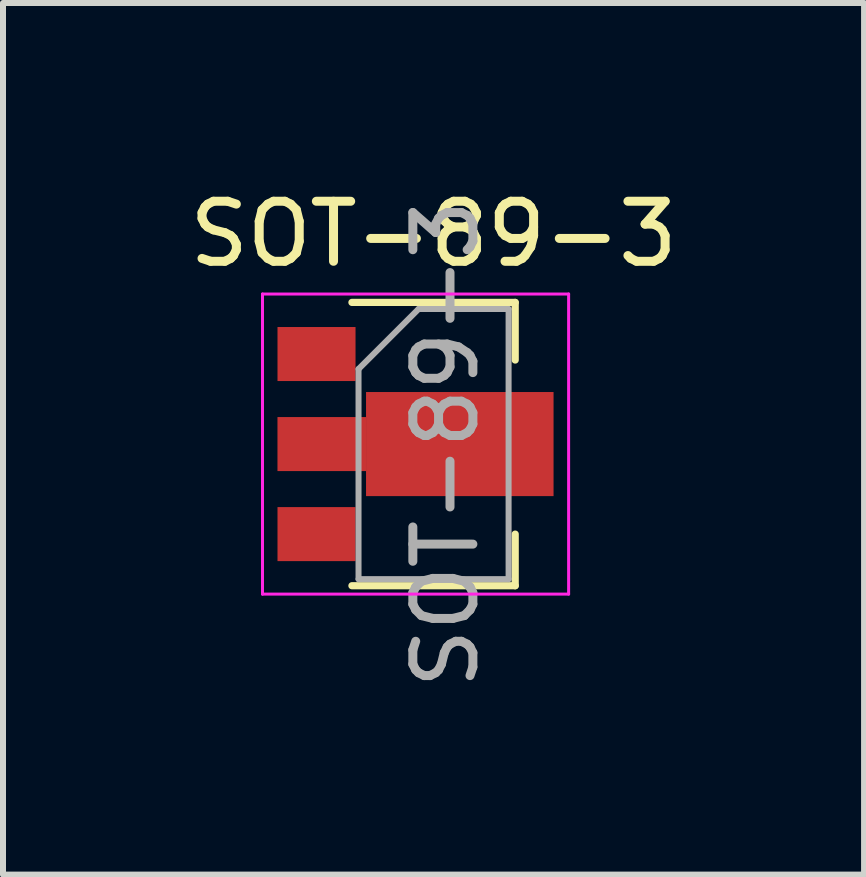
<source format=kicad_pcb>
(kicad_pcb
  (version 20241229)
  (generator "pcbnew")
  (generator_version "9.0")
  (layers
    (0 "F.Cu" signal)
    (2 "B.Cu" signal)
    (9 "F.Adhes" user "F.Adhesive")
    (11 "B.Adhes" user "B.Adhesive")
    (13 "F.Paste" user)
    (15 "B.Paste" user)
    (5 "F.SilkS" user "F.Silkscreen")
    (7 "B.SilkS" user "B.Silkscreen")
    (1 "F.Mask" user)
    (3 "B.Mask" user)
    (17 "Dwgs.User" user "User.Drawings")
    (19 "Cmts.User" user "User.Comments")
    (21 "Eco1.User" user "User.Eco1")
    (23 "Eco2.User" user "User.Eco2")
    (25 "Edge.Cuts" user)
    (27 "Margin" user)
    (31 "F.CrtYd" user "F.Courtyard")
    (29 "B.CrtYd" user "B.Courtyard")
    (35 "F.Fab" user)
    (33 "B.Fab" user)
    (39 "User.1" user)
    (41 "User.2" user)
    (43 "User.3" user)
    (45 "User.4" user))
  (footprint "SOT-89-3"
    (layer "F.Cu")
    (at 4.173 4.348)
    (property "Reference" "SOT-89-3" (at 0 -3.5 0) (layer "F.SilkS") (effects (font (size 1 1) (thickness 0.15))))
    (attr smd)
    (fp_line (start -1.36 -2.36) (end 1.36 -2.36) (stroke (width 0.12) (type solid)) (layer "F.SilkS"))
    (fp_line (start 1.36 -2.36) (end 1.36 -1.4) (stroke (width 0.12) (type solid)) (layer "F.SilkS"))
    (fp_line (start 1.36 1.5) (end 1.36 2.36) (stroke (width 0.12) (type solid)) (layer "F.SilkS"))
    (fp_line (start 1.36 2.36) (end -1.36 2.36) (stroke (width 0.12) (type solid)) (layer "F.SilkS"))
    (fp_line (start -2.85 2.5) (end -2.85 -2.5) (stroke (width 0.05) (type solid)) (layer "F.CrtYd"))
    (fp_line (start -2.85 2.5) (end 2.25 2.5) (stroke (width 0.05) (type solid)) (layer "F.CrtYd"))
    (fp_line (start 2.25 -2.5) (end -2.85 -2.5) (stroke (width 0.05) (type solid)) (layer "F.CrtYd"))
    (fp_line (start 2.25 -2.5) (end 2.25 2.5) (stroke (width 0.05) (type solid)) (layer "F.CrtYd"))
    (fp_line (start -1.25 -1.25) (end -0.25 -2.25) (stroke (width 0.1) (type solid)) (layer "F.Fab"))
    (fp_line (start -1.25 2.25) (end -1.25 -1.25) (stroke (width 0.1) (type solid)) (layer "F.Fab"))
    (fp_line (start -0.25 -2.25) (end 1.25 -2.25) (stroke (width 0.1) (type solid)) (layer "F.Fab"))
    (fp_line (start 1.25 -2.25) (end 1.25 2.25) (stroke (width 0.1) (type solid)) (layer "F.Fab"))
    (fp_line (start 1.25 2.25) (end -1.25 2.25) (stroke (width 0.1) (type solid)) (layer "F.Fab"))
    (fp_text user "${REFERENCE}" (at 0.2 0 90) (layer "F.Fab") (effects (font (size 1 1) (thickness 0.15))))
    (pad "1" smd rect (at -1.95 -1.5) (size 1.3 0.9) (layers "F.Cu" "F.Mask" "F.Paste"))
    (pad "2" smd custom (at -1.863 0) (size 1.475 0.9) (layers "F.Cu" "F.Mask" "F.Paste") (options (anchor rect)) (primitives (gr_poly (pts (xy 3.862 0.867) (xy 0.738 0.867) (xy 0.738 -0.867) (xy 3.862 -0.867)) (width 0) (fill yes))))
    (pad "3" smd rect (at -1.95 1.5) (size 1.3 0.9) (layers "F.Cu" "F.Mask" "F.Paste")))
  (gr_rect
    (start -3 -3)
    (end 11.345 11.521)
    (stroke (width 0.1) (type default))
    (fill no)
    (layer "Edge.Cuts")))
</source>
